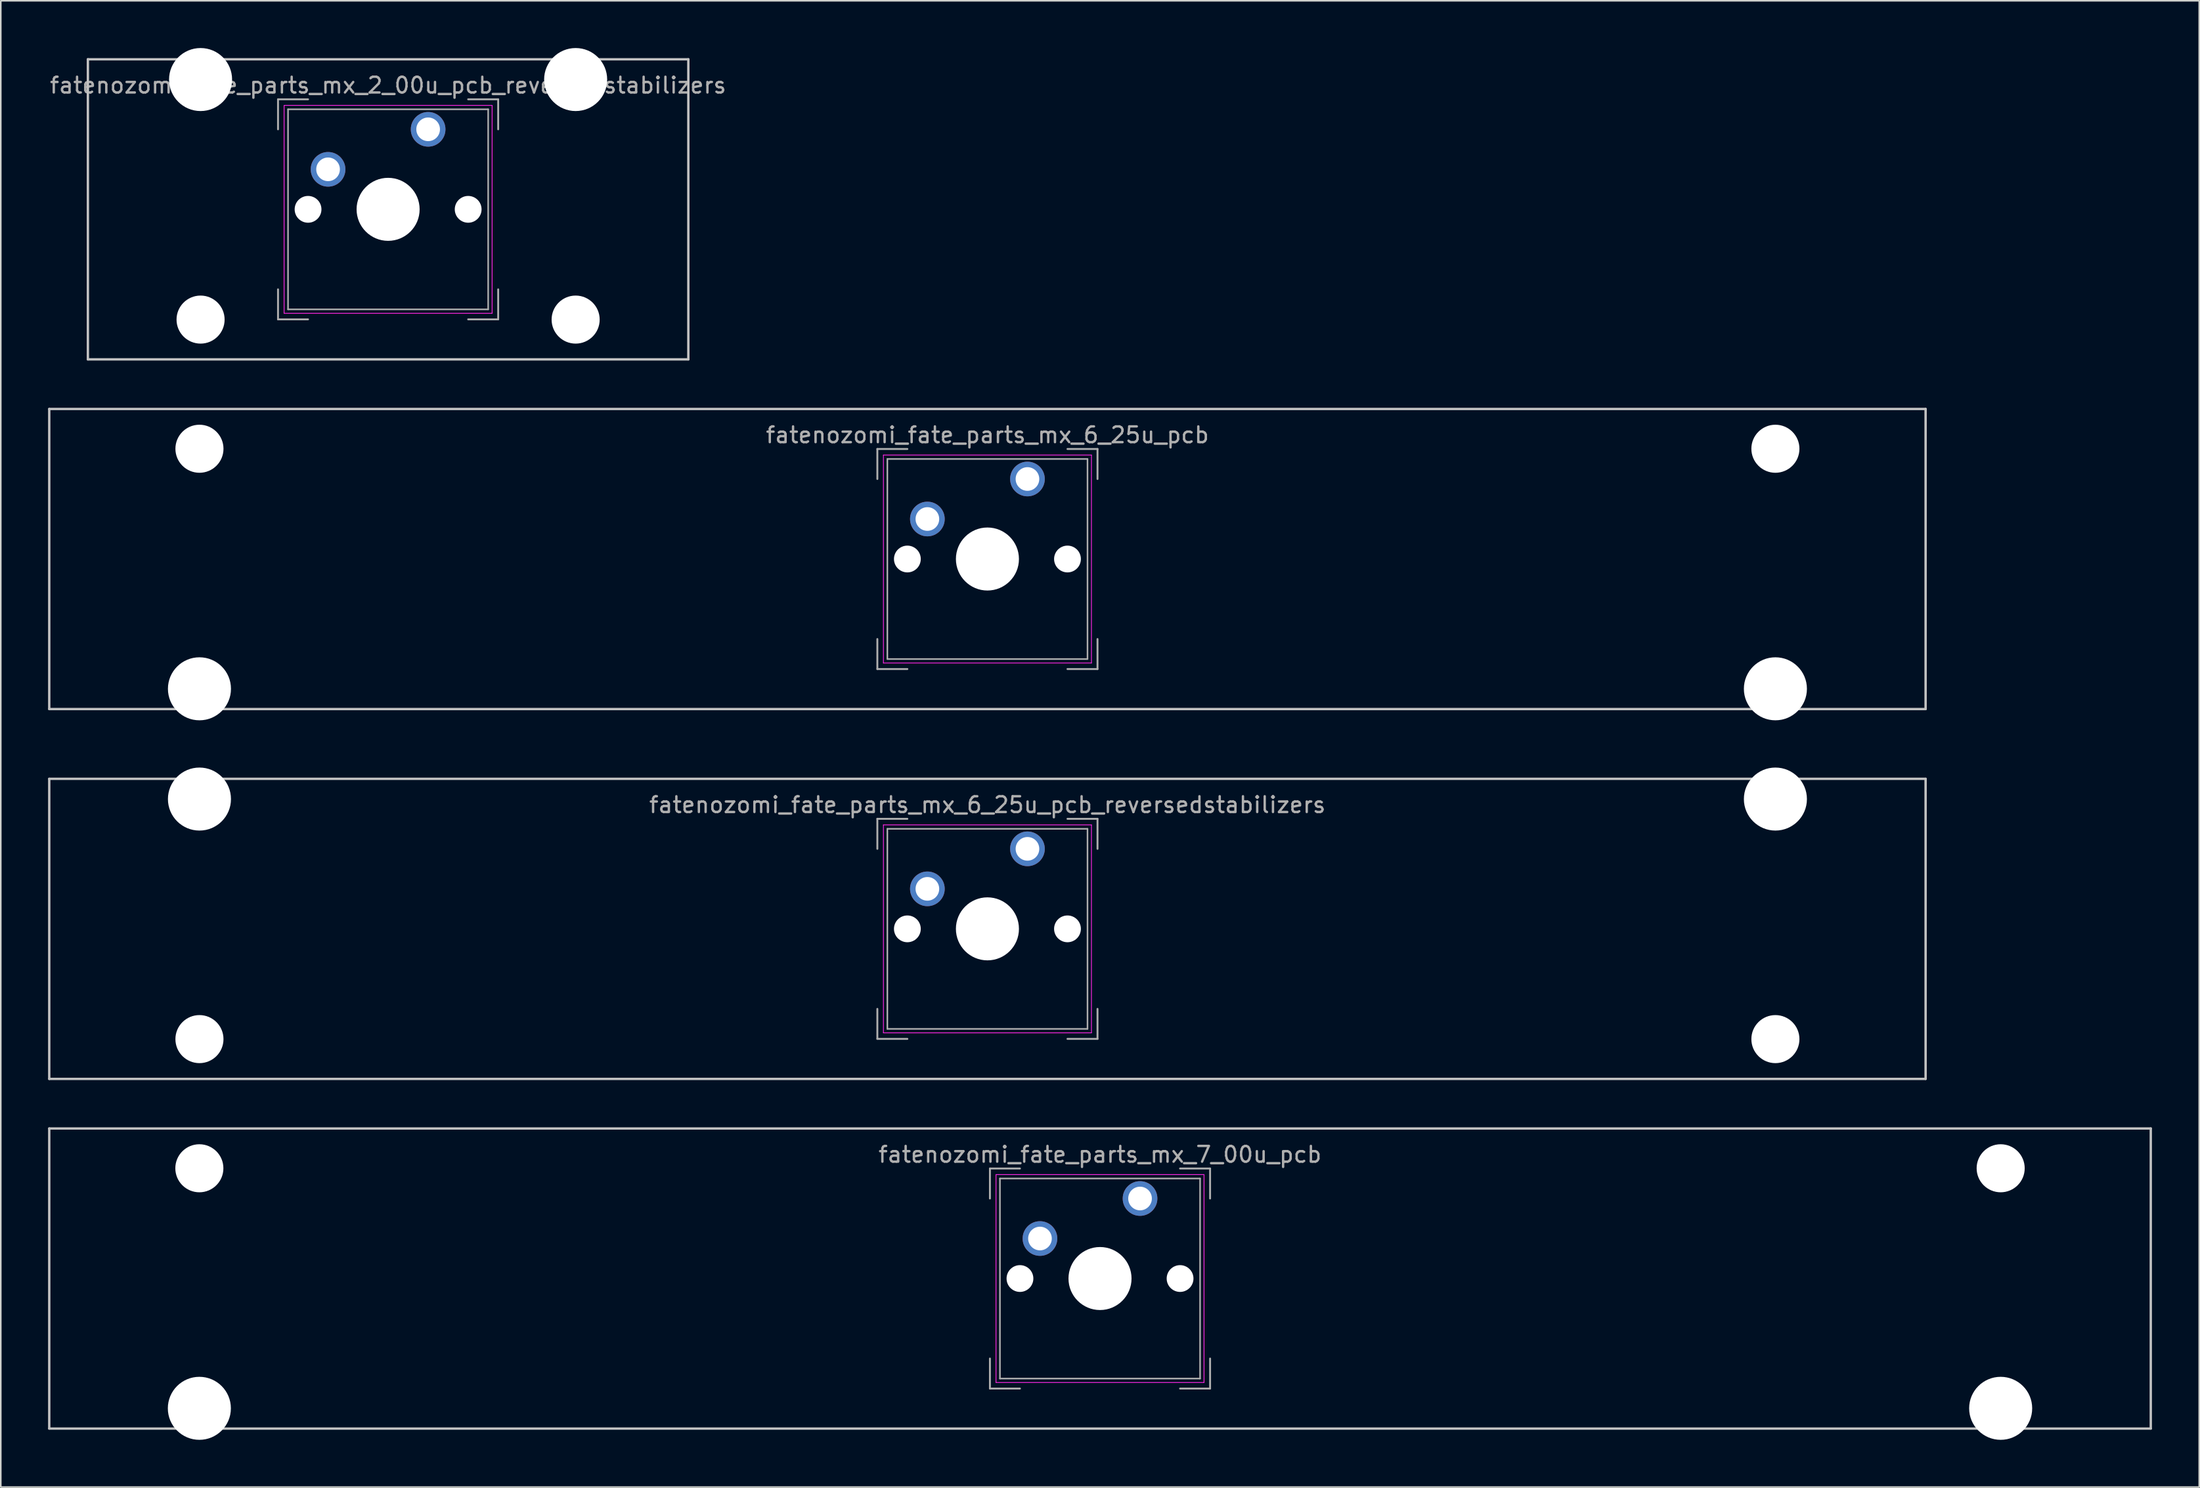
<source format=kicad_pcb>
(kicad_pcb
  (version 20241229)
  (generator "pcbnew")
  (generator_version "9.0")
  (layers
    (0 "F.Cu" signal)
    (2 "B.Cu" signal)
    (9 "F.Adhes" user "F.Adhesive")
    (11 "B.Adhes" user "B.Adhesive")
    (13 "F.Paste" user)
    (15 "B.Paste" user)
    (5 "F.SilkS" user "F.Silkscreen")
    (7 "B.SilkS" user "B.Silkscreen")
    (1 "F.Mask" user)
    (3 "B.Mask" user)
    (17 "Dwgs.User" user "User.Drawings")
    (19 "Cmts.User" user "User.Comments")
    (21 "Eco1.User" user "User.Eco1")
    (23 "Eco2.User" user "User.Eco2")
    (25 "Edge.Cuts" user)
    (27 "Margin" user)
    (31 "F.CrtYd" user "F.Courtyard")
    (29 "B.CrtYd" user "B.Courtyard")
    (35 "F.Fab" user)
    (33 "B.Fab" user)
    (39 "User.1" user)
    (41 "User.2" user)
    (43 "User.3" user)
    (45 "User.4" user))
  (footprint "fatenozomi_fate_parts_mx_7_00u_pcb"
    (layer "F.Cu")
    (at 66.75 78.12)
    (property "Reference" "fatenozomi_fate_parts_mx_7_00u_pcb" (at 0 -7.874 0) (layer "F.Fab") (effects (font (size 1 1) (thickness 0.15))))
    (attr through_hole)
    (fp_line (start -66.675 -9.525) (end 66.675 -9.525) (stroke (width 0.15) (type solid)) (layer "Dwgs.User"))
    (fp_line (start -66.675 9.525) (end -66.675 -9.525) (stroke (width 0.15) (type solid)) (layer "Dwgs.User"))
    (fp_line (start 66.675 -9.525) (end 66.675 9.525) (stroke (width 0.15) (type solid)) (layer "Dwgs.User"))
    (fp_line (start 66.675 9.525) (end -66.675 9.525) (stroke (width 0.15) (type solid)) (layer "Dwgs.User"))
    (fp_line (start -6.6 -6.6) (end 6.6 -6.6) (stroke (width 0.05) (type solid)) (layer "F.CrtYd"))
    (fp_line (start -6.6 6.6) (end -6.6 -6.6) (stroke (width 0.05) (type solid)) (layer "F.CrtYd"))
    (fp_line (start 6.6 -6.6) (end 6.6 6.6) (stroke (width 0.05) (type solid)) (layer "F.CrtYd"))
    (fp_line (start 6.6 6.6) (end -6.6 6.6) (stroke (width 0.05) (type solid)) (layer "F.CrtYd"))
    (fp_line (start -6.985 -6.985) (end -5.08 -6.985) (stroke (width 0.12) (type solid)) (layer "F.Fab"))
    (fp_line (start -6.985 -5.08) (end -6.985 -6.985) (stroke (width 0.12) (type solid)) (layer "F.Fab"))
    (fp_line (start -6.985 5.08) (end -6.985 6.985) (stroke (width 0.12) (type solid)) (layer "F.Fab"))
    (fp_line (start -6.35 -6.35) (end 6.35 -6.35) (stroke (width 0.1) (type solid)) (layer "F.Fab"))
    (fp_line (start -6.35 6.35) (end -6.35 -6.35) (stroke (width 0.1) (type solid)) (layer "F.Fab"))
    (fp_line (start -5.08 6.985) (end -6.985 6.985) (stroke (width 0.12) (type solid)) (layer "F.Fab"))
    (fp_line (start 5.08 -6.985) (end 6.985 -6.985) (stroke (width 0.12) (type solid)) (layer "F.Fab"))
    (fp_line (start 6.35 -6.35) (end 6.35 6.35) (stroke (width 0.1) (type solid)) (layer "F.Fab"))
    (fp_line (start 6.35 6.35) (end -6.35 6.35) (stroke (width 0.1) (type solid)) (layer "F.Fab"))
    (fp_line (start 6.985 -6.985) (end 6.985 -5.08) (stroke (width 0.12) (type solid)) (layer "F.Fab"))
    (fp_line (start 6.985 5.08) (end 6.985 6.985) (stroke (width 0.12) (type solid)) (layer "F.Fab"))
    (fp_line (start 6.985 6.985) (end 5.08 6.985) (stroke (width 0.12) (type solid)) (layer "F.Fab"))
    (pad "" np_thru_hole circle (at -57.15 -7) (size 3.05 3.05) (drill 3.05) (layers "*.Cu" "*.Mask"))
    (pad "" np_thru_hole circle (at -57.15 8.24) (size 4 4) (drill 4) (layers "*.Cu" "*.Mask"))
    (pad "" np_thru_hole circle (at -5.08 0) (size 1.7 1.7) (drill 1.7) (layers "*.Cu" "*.Mask"))
    (pad "" np_thru_hole circle (at 0 0) (size 4 4) (drill 4) (layers "*.Cu" "*.Mask"))
    (pad "" np_thru_hole circle (at 5.08 0) (size 1.7 1.7) (drill 1.7) (layers "*.Cu" "*.Mask"))
    (pad "" np_thru_hole circle (at 57.15 -7) (size 3.05 3.05) (drill 3.05) (layers "*.Cu" "*.Mask"))
    (pad "" np_thru_hole circle (at 57.15 8.24) (size 4 4) (drill 4) (layers "*.Cu" "*.Mask"))
    (pad "1" thru_hole circle (at 2.54 -5.08) (size 2.2 2.2) (drill 1.5) (layers "*.Cu" "*.Mask"))
    (pad "2" thru_hole circle (at -3.81 -2.54) (size 2.2 2.2) (drill 1.5) (layers "*.Cu" "*.Mask")))
  (footprint "fatenozomi_fate_parts_mx_2_00u_pcb_reversedstabilizers"
    (layer "F.Cu")
    (at 21.577 10.24)
    (property "Reference" "fatenozomi_fate_parts_mx_2_00u_pcb_reversedstabilizers" (at 0 -7.874 0) (layer "F.Fab") (effects (font (size 1 1) (thickness 0.15))))
    (attr through_hole)
    (fp_line (start -19.05 -9.525) (end 19.05 -9.525) (stroke (width 0.15) (type solid)) (layer "Dwgs.User"))
    (fp_line (start -19.05 9.525) (end -19.05 -9.525) (stroke (width 0.15) (type solid)) (layer "Dwgs.User"))
    (fp_line (start 19.05 -9.525) (end 19.05 9.525) (stroke (width 0.15) (type solid)) (layer "Dwgs.User"))
    (fp_line (start 19.05 9.525) (end -19.05 9.525) (stroke (width 0.15) (type solid)) (layer "Dwgs.User"))
    (fp_line (start -6.6 -6.6) (end 6.6 -6.6) (stroke (width 0.05) (type solid)) (layer "F.CrtYd"))
    (fp_line (start -6.6 6.6) (end -6.6 -6.6) (stroke (width 0.05) (type solid)) (layer "F.CrtYd"))
    (fp_line (start 6.6 -6.6) (end 6.6 6.6) (stroke (width 0.05) (type solid)) (layer "F.CrtYd"))
    (fp_line (start 6.6 6.6) (end -6.6 6.6) (stroke (width 0.05) (type solid)) (layer "F.CrtYd"))
    (fp_line (start -6.985 -6.985) (end -5.08 -6.985) (stroke (width 0.12) (type solid)) (layer "F.Fab"))
    (fp_line (start -6.985 -5.08) (end -6.985 -6.985) (stroke (width 0.12) (type solid)) (layer "F.Fab"))
    (fp_line (start -6.985 6.985) (end -6.985 5.08) (stroke (width 0.12) (type solid)) (layer "F.Fab"))
    (fp_line (start -6.35 -6.35) (end 6.35 -6.35) (stroke (width 0.1) (type solid)) (layer "F.Fab"))
    (fp_line (start -6.35 6.35) (end -6.35 -6.35) (stroke (width 0.1) (type solid)) (layer "F.Fab"))
    (fp_line (start -5.08 6.985) (end -6.985 6.985) (stroke (width 0.12) (type solid)) (layer "F.Fab"))
    (fp_line (start 5.08 -6.985) (end 6.985 -6.985) (stroke (width 0.12) (type solid)) (layer "F.Fab"))
    (fp_line (start 6.35 -6.35) (end 6.35 6.35) (stroke (width 0.1) (type solid)) (layer "F.Fab"))
    (fp_line (start 6.35 6.35) (end -6.35 6.35) (stroke (width 0.1) (type solid)) (layer "F.Fab"))
    (fp_line (start 6.985 -6.985) (end 6.985 -5.08) (stroke (width 0.12) (type solid)) (layer "F.Fab"))
    (fp_line (start 6.985 6.985) (end 5.08 6.985) (stroke (width 0.12) (type solid)) (layer "F.Fab"))
    (fp_line (start 6.985 6.985) (end 6.985 5.08) (stroke (width 0.12) (type solid)) (layer "F.Fab"))
    (pad "" np_thru_hole circle (at -11.9 -8.24 180) (size 4 4) (drill 4) (layers "*.Cu" "*.Mask"))
    (pad "" np_thru_hole circle (at -11.9 7 180) (size 3.05 3.05) (drill 3.05) (layers "*.Cu" "*.Mask"))
    (pad "" np_thru_hole circle (at -5.08 0) (size 1.7 1.7) (drill 1.7) (layers "*.Cu" "*.Mask"))
    (pad "" np_thru_hole circle (at 0 0) (size 4 4) (drill 4) (layers "*.Cu" "*.Mask"))
    (pad "" np_thru_hole circle (at 5.08 0) (size 1.7 1.7) (drill 1.7) (layers "*.Cu" "*.Mask"))
    (pad "" np_thru_hole circle (at 11.9 -8.24 180) (size 4 4) (drill 4) (layers "*.Cu" "*.Mask"))
    (pad "" np_thru_hole circle (at 11.9 7 180) (size 3.05 3.05) (drill 3.05) (layers "*.Cu" "*.Mask"))
    (pad "1" thru_hole circle (at 2.54 -5.08) (size 2.2 2.2) (drill 1.5) (layers "*.Cu" "*.Mask"))
    (pad "2" thru_hole circle (at -3.81 -2.54) (size 2.2 2.2) (drill 1.5) (layers "*.Cu" "*.Mask")))
  (footprint "fatenozomi_fate_parts_mx_6_25u_pcb_reversedstabilizers"
    (layer "F.Cu")
    (at 59.606 55.92)
    (property "Reference" "fatenozomi_fate_parts_mx_6_25u_pcb_reversedstabilizers" (at 0 -7.874 0) (layer "F.Fab") (effects (font (size 1 1) (thickness 0.15))))
    (attr through_hole)
    (fp_line (start -59.531 -9.525) (end 59.531 -9.525) (stroke (width 0.15) (type solid)) (layer "Dwgs.User"))
    (fp_line (start -59.531 9.525) (end -59.531 -9.525) (stroke (width 0.15) (type solid)) (layer "Dwgs.User"))
    (fp_line (start 59.531 -9.525) (end 59.531 9.525) (stroke (width 0.15) (type solid)) (layer "Dwgs.User"))
    (fp_line (start 59.531 9.525) (end -59.531 9.525) (stroke (width 0.15) (type solid)) (layer "Dwgs.User"))
    (fp_line (start -6.6 -6.6) (end 6.6 -6.6) (stroke (width 0.05) (type solid)) (layer "F.CrtYd"))
    (fp_line (start -6.6 6.6) (end -6.6 -6.6) (stroke (width 0.05) (type solid)) (layer "F.CrtYd"))
    (fp_line (start 6.6 -6.6) (end 6.6 6.6) (stroke (width 0.05) (type solid)) (layer "F.CrtYd"))
    (fp_line (start 6.6 6.6) (end -6.6 6.6) (stroke (width 0.05) (type solid)) (layer "F.CrtYd"))
    (fp_line (start -6.985 -6.985) (end -5.08 -6.985) (stroke (width 0.12) (type solid)) (layer "F.Fab"))
    (fp_line (start -6.985 -5.08) (end -6.985 -6.985) (stroke (width 0.12) (type solid)) (layer "F.Fab"))
    (fp_line (start -6.985 6.985) (end -6.985 5.08) (stroke (width 0.12) (type solid)) (layer "F.Fab"))
    (fp_line (start -6.35 -6.35) (end 6.35 -6.35) (stroke (width 0.1) (type solid)) (layer "F.Fab"))
    (fp_line (start -6.35 6.35) (end -6.35 -6.35) (stroke (width 0.1) (type solid)) (layer "F.Fab"))
    (fp_line (start -5.08 6.985) (end -6.985 6.985) (stroke (width 0.12) (type solid)) (layer "F.Fab"))
    (fp_line (start 6.35 -6.35) (end 6.35 6.35) (stroke (width 0.1) (type solid)) (layer "F.Fab"))
    (fp_line (start 6.35 6.35) (end -6.35 6.35) (stroke (width 0.1) (type solid)) (layer "F.Fab"))
    (fp_line (start 6.985 -6.985) (end 5.08 -6.985) (stroke (width 0.12) (type solid)) (layer "F.Fab"))
    (fp_line (start 6.985 -6.985) (end 6.985 -5.08) (stroke (width 0.12) (type solid)) (layer "F.Fab"))
    (fp_line (start 6.985 6.985) (end 5.08 6.985) (stroke (width 0.12) (type solid)) (layer "F.Fab"))
    (fp_line (start 6.985 6.985) (end 6.985 5.08) (stroke (width 0.12) (type solid)) (layer "F.Fab"))
    (pad "" np_thru_hole circle (at -50 -8.24 180) (size 4 4) (drill 4) (layers "*.Cu" "*.Mask"))
    (pad "" np_thru_hole circle (at -50 7 180) (size 3.05 3.05) (drill 3.05) (layers "*.Cu" "*.Mask"))
    (pad "" np_thru_hole circle (at -5.08 0) (size 1.7 1.7) (drill 1.7) (layers "*.Cu" "*.Mask"))
    (pad "" np_thru_hole circle (at 0 0) (size 4 4) (drill 4) (layers "*.Cu" "*.Mask"))
    (pad "" np_thru_hole circle (at 5.08 0) (size 1.7 1.7) (drill 1.7) (layers "*.Cu" "*.Mask"))
    (pad "" np_thru_hole circle (at 50 -8.24 180) (size 4 4) (drill 4) (layers "*.Cu" "*.Mask"))
    (pad "" np_thru_hole circle (at 50 7 180) (size 3.05 3.05) (drill 3.05) (layers "*.Cu" "*.Mask"))
    (pad "1" thru_hole circle (at 2.54 -5.08) (size 2.2 2.2) (drill 1.5) (layers "*.Cu" "*.Mask"))
    (pad "2" thru_hole circle (at -3.81 -2.54) (size 2.2 2.2) (drill 1.5) (layers "*.Cu" "*.Mask")))
  (footprint "fatenozomi_fate_parts_mx_6_25u_pcb"
    (layer "F.Cu")
    (at 59.606 32.44)
    (property "Reference" "fatenozomi_fate_parts_mx_6_25u_pcb" (at 0 -7.874 0) (layer "F.Fab") (effects (font (size 1 1) (thickness 0.15))))
    (attr through_hole)
    (fp_line (start -59.531 -9.525) (end 59.531 -9.525) (stroke (width 0.15) (type solid)) (layer "Dwgs.User"))
    (fp_line (start -59.531 9.525) (end -59.531 -9.525) (stroke (width 0.15) (type solid)) (layer "Dwgs.User"))
    (fp_line (start 59.531 -9.525) (end 59.531 9.525) (stroke (width 0.15) (type solid)) (layer "Dwgs.User"))
    (fp_line (start 59.531 9.525) (end -59.531 9.525) (stroke (width 0.15) (type solid)) (layer "Dwgs.User"))
    (fp_line (start -6.6 -6.6) (end 6.6 -6.6) (stroke (width 0.05) (type solid)) (layer "F.CrtYd"))
    (fp_line (start -6.6 6.6) (end -6.6 -6.6) (stroke (width 0.05) (type solid)) (layer "F.CrtYd"))
    (fp_line (start 6.6 -6.6) (end 6.6 6.6) (stroke (width 0.05) (type solid)) (layer "F.CrtYd"))
    (fp_line (start 6.6 6.6) (end -6.6 6.6) (stroke (width 0.05) (type solid)) (layer "F.CrtYd"))
    (fp_line (start -6.985 -6.985) (end -5.08 -6.985) (stroke (width 0.12) (type solid)) (layer "F.Fab"))
    (fp_line (start -6.985 -5.08) (end -6.985 -6.985) (stroke (width 0.12) (type solid)) (layer "F.Fab"))
    (fp_line (start -6.985 5.08) (end -6.985 6.985) (stroke (width 0.12) (type solid)) (layer "F.Fab"))
    (fp_line (start -6.35 -6.35) (end 6.35 -6.35) (stroke (width 0.1) (type solid)) (layer "F.Fab"))
    (fp_line (start -6.35 6.35) (end -6.35 -6.35) (stroke (width 0.1) (type solid)) (layer "F.Fab"))
    (fp_line (start -5.08 6.985) (end -6.985 6.985) (stroke (width 0.12) (type solid)) (layer "F.Fab"))
    (fp_line (start 5.08 -6.985) (end 6.985 -6.985) (stroke (width 0.12) (type solid)) (layer "F.Fab"))
    (fp_line (start 6.35 -6.35) (end 6.35 6.35) (stroke (width 0.1) (type solid)) (layer "F.Fab"))
    (fp_line (start 6.35 6.35) (end -6.35 6.35) (stroke (width 0.1) (type solid)) (layer "F.Fab"))
    (fp_line (start 6.985 -6.985) (end 6.985 -5.08) (stroke (width 0.12) (type solid)) (layer "F.Fab"))
    (fp_line (start 6.985 5.08) (end 6.985 6.985) (stroke (width 0.12) (type solid)) (layer "F.Fab"))
    (fp_line (start 6.985 6.985) (end 5.08 6.985) (stroke (width 0.12) (type solid)) (layer "F.Fab"))
    (pad "" np_thru_hole circle (at -50 -7) (size 3.05 3.05) (drill 3.05) (layers "*.Cu" "*.Mask"))
    (pad "" np_thru_hole circle (at -50 8.24) (size 4 4) (drill 4) (layers "*.Cu" "*.Mask"))
    (pad "" np_thru_hole circle (at -5.08 0) (size 1.7 1.7) (drill 1.7) (layers "*.Cu" "*.Mask"))
    (pad "" np_thru_hole circle (at 0 0) (size 4 4) (drill 4) (layers "*.Cu" "*.Mask"))
    (pad "" np_thru_hole circle (at 5.08 0) (size 1.7 1.7) (drill 1.7) (layers "*.Cu" "*.Mask"))
    (pad "" np_thru_hole circle (at 50 -7) (size 3.05 3.05) (drill 3.05) (layers "*.Cu" "*.Mask"))
    (pad "" np_thru_hole circle (at 50 8.24) (size 4 4) (drill 4) (layers "*.Cu" "*.Mask"))
    (pad "1" thru_hole circle (at 2.54 -5.08) (size 2.2 2.2) (drill 1.5) (layers "*.Cu" "*.Mask"))
    (pad "2" thru_hole circle (at -3.81 -2.54) (size 2.2 2.2) (drill 1.5) (layers "*.Cu" "*.Mask")))
  (gr_rect
    (start -3 -3)
    (end 136.5 91.36)
    (stroke (width 0.1) (type default))
    (fill no)
    (layer "Edge.Cuts")))
</source>
